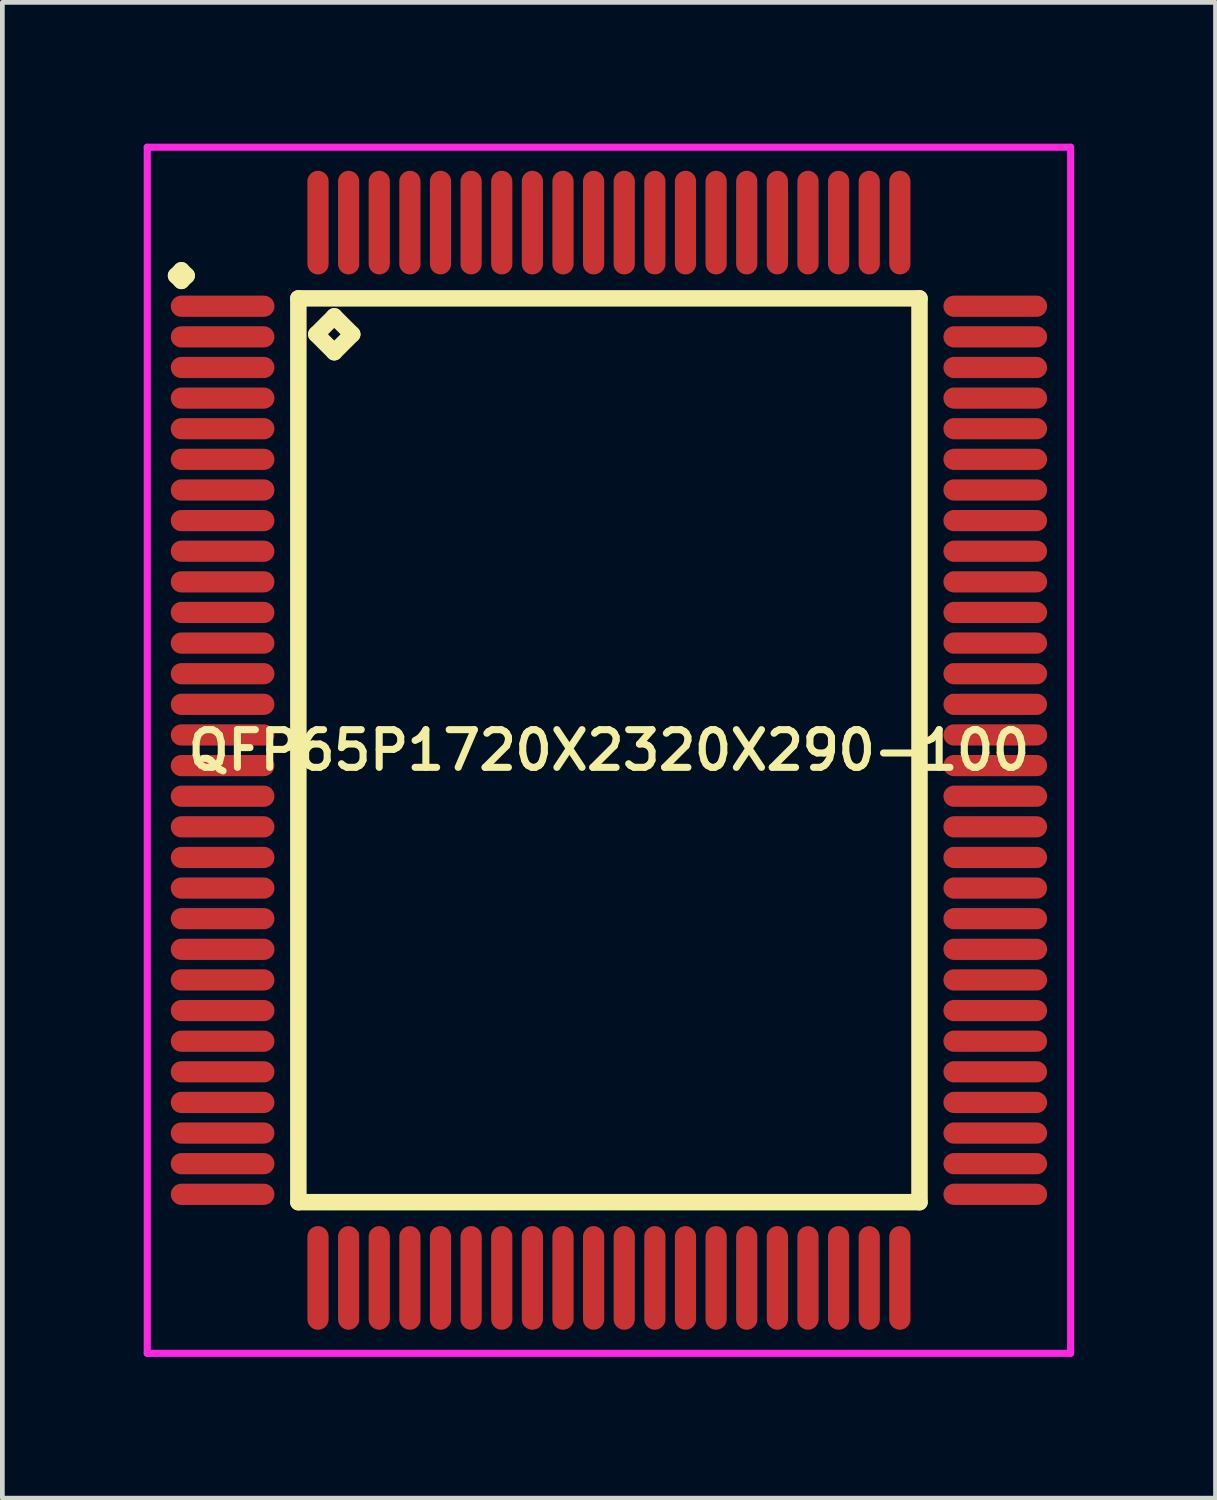
<source format=kicad_pcb>
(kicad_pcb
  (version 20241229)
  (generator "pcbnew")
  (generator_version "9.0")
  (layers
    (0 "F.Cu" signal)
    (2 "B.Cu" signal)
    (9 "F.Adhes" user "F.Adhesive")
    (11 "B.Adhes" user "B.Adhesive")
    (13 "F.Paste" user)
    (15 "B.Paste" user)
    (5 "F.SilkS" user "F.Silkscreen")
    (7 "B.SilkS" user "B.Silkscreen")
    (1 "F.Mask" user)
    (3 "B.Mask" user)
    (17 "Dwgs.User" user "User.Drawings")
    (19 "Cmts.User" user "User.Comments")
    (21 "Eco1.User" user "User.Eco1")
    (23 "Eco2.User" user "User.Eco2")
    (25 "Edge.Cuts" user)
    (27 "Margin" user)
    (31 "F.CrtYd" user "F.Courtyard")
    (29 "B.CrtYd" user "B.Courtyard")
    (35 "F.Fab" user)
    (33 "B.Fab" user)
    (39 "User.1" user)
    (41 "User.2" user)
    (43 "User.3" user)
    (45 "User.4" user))
  (footprint "QFP65P1720X2320X290-100"
    (layer "F.Cu")
    (at 9.875 12.875)
    (property "Reference" "QFP65P1720X2320X290-100" (at 0 0 0) (layer "F.SilkS") (effects (font (size 0.8 0.8) (thickness 0.15))))
    (attr smd)
    (fp_line (start -9.188 -10.075) (end -9.075 -10.188) (stroke (width 0.35) (type solid)) (layer "F.SilkS"))
    (fp_line (start -9.075 -10.188) (end -8.963 -10.075) (stroke (width 0.35) (type solid)) (layer "F.SilkS"))
    (fp_line (start -9.075 -9.963) (end -9.188 -10.075) (stroke (width 0.35) (type solid)) (layer "F.SilkS"))
    (fp_line (start -8.963 -10.075) (end -9.075 -9.963) (stroke (width 0.35) (type solid)) (layer "F.SilkS"))
    (fp_line (start -6.592 -9.592) (end -6.592 9.592) (stroke (width 0.35) (type solid)) (layer "F.SilkS"))
    (fp_line (start -6.592 9.592) (end 6.592 9.592) (stroke (width 0.35) (type solid)) (layer "F.SilkS"))
    (fp_line (start -6.211 -8.83) (end -5.83 -9.211) (stroke (width 0.35) (type solid)) (layer "F.SilkS"))
    (fp_line (start -5.83 -9.211) (end -5.449 -8.83) (stroke (width 0.35) (type solid)) (layer "F.SilkS"))
    (fp_line (start -5.83 -8.449) (end -6.211 -8.83) (stroke (width 0.35) (type solid)) (layer "F.SilkS"))
    (fp_line (start -5.449 -8.83) (end -5.83 -8.449) (stroke (width 0.35) (type solid)) (layer "F.SilkS"))
    (fp_line (start 6.592 -9.592) (end -6.592 -9.592) (stroke (width 0.35) (type solid)) (layer "F.SilkS"))
    (fp_line (start 6.592 9.592) (end 6.592 -9.592) (stroke (width 0.35) (type solid)) (layer "F.SilkS"))
    (fp_line (start -9.8 -12.8) (end 9.8 -12.8) (stroke (width 0.15) (type solid)) (layer "F.CrtYd"))
    (fp_line (start -9.8 12.8) (end -9.8 -12.8) (stroke (width 0.15) (type solid)) (layer "F.CrtYd"))
    (fp_line (start 9.8 -12.8) (end 9.8 12.8) (stroke (width 0.15) (type solid)) (layer "F.CrtYd"))
    (fp_line (start 9.8 12.8) (end -9.8 12.8) (stroke (width 0.15) (type solid)) (layer "F.CrtYd"))
    (pad "1" smd oval (at -8.2 -9.425) (size 2.2 0.45) (layers "F.Cu" "F.Mask" "F.Paste"))
    (pad "2" smd oval (at -8.2 -8.775) (size 2.2 0.45) (layers "F.Cu" "F.Mask" "F.Paste"))
    (pad "3" smd oval (at -8.2 -8.125) (size 2.2 0.45) (layers "F.Cu" "F.Mask" "F.Paste"))
    (pad "4" smd oval (at -8.2 -7.475) (size 2.2 0.45) (layers "F.Cu" "F.Mask" "F.Paste"))
    (pad "5" smd oval (at -8.2 -6.825) (size 2.2 0.45) (layers "F.Cu" "F.Mask" "F.Paste"))
    (pad "6" smd oval (at -8.2 -6.175) (size 2.2 0.45) (layers "F.Cu" "F.Mask" "F.Paste"))
    (pad "7" smd oval (at -8.2 -5.525) (size 2.2 0.45) (layers "F.Cu" "F.Mask" "F.Paste"))
    (pad "8" smd oval (at -8.2 -4.875) (size 2.2 0.45) (layers "F.Cu" "F.Mask" "F.Paste"))
    (pad "9" smd oval (at -8.2 -4.225) (size 2.2 0.45) (layers "F.Cu" "F.Mask" "F.Paste"))
    (pad "10" smd oval (at -8.2 -3.575) (size 2.2 0.45) (layers "F.Cu" "F.Mask" "F.Paste"))
    (pad "11" smd oval (at -8.2 -2.925) (size 2.2 0.45) (layers "F.Cu" "F.Mask" "F.Paste"))
    (pad "12" smd oval (at -8.2 -2.275) (size 2.2 0.45) (layers "F.Cu" "F.Mask" "F.Paste"))
    (pad "13" smd oval (at -8.2 -1.625) (size 2.2 0.45) (layers "F.Cu" "F.Mask" "F.Paste"))
    (pad "14" smd oval (at -8.2 -0.975) (size 2.2 0.45) (layers "F.Cu" "F.Mask" "F.Paste"))
    (pad "15" smd oval (at -8.2 -0.325) (size 2.2 0.45) (layers "F.Cu" "F.Mask" "F.Paste"))
    (pad "16" smd oval (at -8.2 0.325) (size 2.2 0.45) (layers "F.Cu" "F.Mask" "F.Paste"))
    (pad "17" smd oval (at -8.2 0.975) (size 2.2 0.45) (layers "F.Cu" "F.Mask" "F.Paste"))
    (pad "18" smd oval (at -8.2 1.625) (size 2.2 0.45) (layers "F.Cu" "F.Mask" "F.Paste"))
    (pad "19" smd oval (at -8.2 2.275) (size 2.2 0.45) (layers "F.Cu" "F.Mask" "F.Paste"))
    (pad "20" smd oval (at -8.2 2.925) (size 2.2 0.45) (layers "F.Cu" "F.Mask" "F.Paste"))
    (pad "21" smd oval (at -8.2 3.575) (size 2.2 0.45) (layers "F.Cu" "F.Mask" "F.Paste"))
    (pad "22" smd oval (at -8.2 4.225) (size 2.2 0.45) (layers "F.Cu" "F.Mask" "F.Paste"))
    (pad "23" smd oval (at -8.2 4.875) (size 2.2 0.45) (layers "F.Cu" "F.Mask" "F.Paste"))
    (pad "24" smd oval (at -8.2 5.525) (size 2.2 0.45) (layers "F.Cu" "F.Mask" "F.Paste"))
    (pad "25" smd oval (at -8.2 6.175) (size 2.2 0.45) (layers "F.Cu" "F.Mask" "F.Paste"))
    (pad "26" smd oval (at -8.2 6.825) (size 2.2 0.45) (layers "F.Cu" "F.Mask" "F.Paste"))
    (pad "27" smd oval (at -8.2 7.475) (size 2.2 0.45) (layers "F.Cu" "F.Mask" "F.Paste"))
    (pad "28" smd oval (at -8.2 8.125) (size 2.2 0.45) (layers "F.Cu" "F.Mask" "F.Paste"))
    (pad "29" smd oval (at -8.2 8.775) (size 2.2 0.45) (layers "F.Cu" "F.Mask" "F.Paste"))
    (pad "30" smd oval (at -8.2 9.425) (size 2.2 0.45) (layers "F.Cu" "F.Mask" "F.Paste"))
    (pad "31" smd oval (at -6.175 11.2) (size 0.45 2.2) (layers "F.Cu" "F.Mask" "F.Paste"))
    (pad "32" smd oval (at -5.525 11.2) (size 0.45 2.2) (layers "F.Cu" "F.Mask" "F.Paste"))
    (pad "33" smd oval (at -4.875 11.2) (size 0.45 2.2) (layers "F.Cu" "F.Mask" "F.Paste"))
    (pad "34" smd oval (at -4.225 11.2) (size 0.45 2.2) (layers "F.Cu" "F.Mask" "F.Paste"))
    (pad "35" smd oval (at -3.575 11.2) (size 0.45 2.2) (layers "F.Cu" "F.Mask" "F.Paste"))
    (pad "36" smd oval (at -2.925 11.2) (size 0.45 2.2) (layers "F.Cu" "F.Mask" "F.Paste"))
    (pad "37" smd oval (at -2.275 11.2) (size 0.45 2.2) (layers "F.Cu" "F.Mask" "F.Paste"))
    (pad "38" smd oval (at -1.625 11.2) (size 0.45 2.2) (layers "F.Cu" "F.Mask" "F.Paste"))
    (pad "39" smd oval (at -0.975 11.2) (size 0.45 2.2) (layers "F.Cu" "F.Mask" "F.Paste"))
    (pad "40" smd oval (at -0.325 11.2) (size 0.45 2.2) (layers "F.Cu" "F.Mask" "F.Paste"))
    (pad "41" smd oval (at 0.325 11.2) (size 0.45 2.2) (layers "F.Cu" "F.Mask" "F.Paste"))
    (pad "42" smd oval (at 0.975 11.2) (size 0.45 2.2) (layers "F.Cu" "F.Mask" "F.Paste"))
    (pad "43" smd oval (at 1.625 11.2) (size 0.45 2.2) (layers "F.Cu" "F.Mask" "F.Paste"))
    (pad "44" smd oval (at 2.275 11.2) (size 0.45 2.2) (layers "F.Cu" "F.Mask" "F.Paste"))
    (pad "45" smd oval (at 2.925 11.2) (size 0.45 2.2) (layers "F.Cu" "F.Mask" "F.Paste"))
    (pad "46" smd oval (at 3.575 11.2) (size 0.45 2.2) (layers "F.Cu" "F.Mask" "F.Paste"))
    (pad "47" smd oval (at 4.225 11.2) (size 0.45 2.2) (layers "F.Cu" "F.Mask" "F.Paste"))
    (pad "48" smd oval (at 4.875 11.2) (size 0.45 2.2) (layers "F.Cu" "F.Mask" "F.Paste"))
    (pad "49" smd oval (at 5.525 11.2) (size 0.45 2.2) (layers "F.Cu" "F.Mask" "F.Paste"))
    (pad "50" smd oval (at 6.175 11.2) (size 0.45 2.2) (layers "F.Cu" "F.Mask" "F.Paste"))
    (pad "51" smd oval (at 8.2 9.425) (size 2.2 0.45) (layers "F.Cu" "F.Mask" "F.Paste"))
    (pad "52" smd oval (at 8.2 8.775) (size 2.2 0.45) (layers "F.Cu" "F.Mask" "F.Paste"))
    (pad "53" smd oval (at 8.2 8.125) (size 2.2 0.45) (layers "F.Cu" "F.Mask" "F.Paste"))
    (pad "54" smd oval (at 8.2 7.475) (size 2.2 0.45) (layers "F.Cu" "F.Mask" "F.Paste"))
    (pad "55" smd oval (at 8.2 6.825) (size 2.2 0.45) (layers "F.Cu" "F.Mask" "F.Paste"))
    (pad "56" smd oval (at 8.2 6.175) (size 2.2 0.45) (layers "F.Cu" "F.Mask" "F.Paste"))
    (pad "57" smd oval (at 8.2 5.525) (size 2.2 0.45) (layers "F.Cu" "F.Mask" "F.Paste"))
    (pad "58" smd oval (at 8.2 4.875) (size 2.2 0.45) (layers "F.Cu" "F.Mask" "F.Paste"))
    (pad "59" smd oval (at 8.2 4.225) (size 2.2 0.45) (layers "F.Cu" "F.Mask" "F.Paste"))
    (pad "60" smd oval (at 8.2 3.575) (size 2.2 0.45) (layers "F.Cu" "F.Mask" "F.Paste"))
    (pad "61" smd oval (at 8.2 2.925) (size 2.2 0.45) (layers "F.Cu" "F.Mask" "F.Paste"))
    (pad "62" smd oval (at 8.2 2.275) (size 2.2 0.45) (layers "F.Cu" "F.Mask" "F.Paste"))
    (pad "63" smd oval (at 8.2 1.625) (size 2.2 0.45) (layers "F.Cu" "F.Mask" "F.Paste"))
    (pad "64" smd oval (at 8.2 0.975) (size 2.2 0.45) (layers "F.Cu" "F.Mask" "F.Paste"))
    (pad "65" smd oval (at 8.2 0.325) (size 2.2 0.45) (layers "F.Cu" "F.Mask" "F.Paste"))
    (pad "66" smd oval (at 8.2 -0.325) (size 2.2 0.45) (layers "F.Cu" "F.Mask" "F.Paste"))
    (pad "67" smd oval (at 8.2 -0.975) (size 2.2 0.45) (layers "F.Cu" "F.Mask" "F.Paste"))
    (pad "68" smd oval (at 8.2 -1.625) (size 2.2 0.45) (layers "F.Cu" "F.Mask" "F.Paste"))
    (pad "69" smd oval (at 8.2 -2.275) (size 2.2 0.45) (layers "F.Cu" "F.Mask" "F.Paste"))
    (pad "70" smd oval (at 8.2 -2.925) (size 2.2 0.45) (layers "F.Cu" "F.Mask" "F.Paste"))
    (pad "71" smd oval (at 8.2 -3.575) (size 2.2 0.45) (layers "F.Cu" "F.Mask" "F.Paste"))
    (pad "72" smd oval (at 8.2 -4.225) (size 2.2 0.45) (layers "F.Cu" "F.Mask" "F.Paste"))
    (pad "73" smd oval (at 8.2 -4.875) (size 2.2 0.45) (layers "F.Cu" "F.Mask" "F.Paste"))
    (pad "74" smd oval (at 8.2 -5.525) (size 2.2 0.45) (layers "F.Cu" "F.Mask" "F.Paste"))
    (pad "75" smd oval (at 8.2 -6.175) (size 2.2 0.45) (layers "F.Cu" "F.Mask" "F.Paste"))
    (pad "76" smd oval (at 8.2 -6.825) (size 2.2 0.45) (layers "F.Cu" "F.Mask" "F.Paste"))
    (pad "77" smd oval (at 8.2 -7.475) (size 2.2 0.45) (layers "F.Cu" "F.Mask" "F.Paste"))
    (pad "78" smd oval (at 8.2 -8.125) (size 2.2 0.45) (layers "F.Cu" "F.Mask" "F.Paste"))
    (pad "79" smd oval (at 8.2 -8.775) (size 2.2 0.45) (layers "F.Cu" "F.Mask" "F.Paste"))
    (pad "80" smd oval (at 8.2 -9.425) (size 2.2 0.45) (layers "F.Cu" "F.Mask" "F.Paste"))
    (pad "81" smd oval (at 6.175 -11.2) (size 0.45 2.2) (layers "F.Cu" "F.Mask" "F.Paste"))
    (pad "82" smd oval (at 5.525 -11.2) (size 0.45 2.2) (layers "F.Cu" "F.Mask" "F.Paste"))
    (pad "83" smd oval (at 4.875 -11.2) (size 0.45 2.2) (layers "F.Cu" "F.Mask" "F.Paste"))
    (pad "84" smd oval (at 4.225 -11.2) (size 0.45 2.2) (layers "F.Cu" "F.Mask" "F.Paste"))
    (pad "85" smd oval (at 3.575 -11.2) (size 0.45 2.2) (layers "F.Cu" "F.Mask" "F.Paste"))
    (pad "86" smd oval (at 2.925 -11.2) (size 0.45 2.2) (layers "F.Cu" "F.Mask" "F.Paste"))
    (pad "87" smd oval (at 2.275 -11.2) (size 0.45 2.2) (layers "F.Cu" "F.Mask" "F.Paste"))
    (pad "88" smd oval (at 1.625 -11.2) (size 0.45 2.2) (layers "F.Cu" "F.Mask" "F.Paste"))
    (pad "89" smd oval (at 0.975 -11.2) (size 0.45 2.2) (layers "F.Cu" "F.Mask" "F.Paste"))
    (pad "90" smd oval (at 0.325 -11.2) (size 0.45 2.2) (layers "F.Cu" "F.Mask" "F.Paste"))
    (pad "91" smd oval (at -0.325 -11.2) (size 0.45 2.2) (layers "F.Cu" "F.Mask" "F.Paste"))
    (pad "92" smd oval (at -0.975 -11.2) (size 0.45 2.2) (layers "F.Cu" "F.Mask" "F.Paste"))
    (pad "93" smd oval (at -1.625 -11.2) (size 0.45 2.2) (layers "F.Cu" "F.Mask" "F.Paste"))
    (pad "94" smd oval (at -2.275 -11.2) (size 0.45 2.2) (layers "F.Cu" "F.Mask" "F.Paste"))
    (pad "95" smd oval (at -2.925 -11.2) (size 0.45 2.2) (layers "F.Cu" "F.Mask" "F.Paste"))
    (pad "96" smd oval (at -3.575 -11.2) (size 0.45 2.2) (layers "F.Cu" "F.Mask" "F.Paste"))
    (pad "97" smd oval (at -4.225 -11.2) (size 0.45 2.2) (layers "F.Cu" "F.Mask" "F.Paste"))
    (pad "98" smd oval (at -4.875 -11.2) (size 0.45 2.2) (layers "F.Cu" "F.Mask" "F.Paste"))
    (pad "99" smd oval (at -5.525 -11.2) (size 0.45 2.2) (layers "F.Cu" "F.Mask" "F.Paste"))
    (pad "100" smd oval (at -6.175 -11.2) (size 0.45 2.2) (layers "F.Cu" "F.Mask" "F.Paste")))
  (gr_rect
    (start -3 -3)
    (end 22.75 28.75)
    (stroke (width 0.1) (type default))
    (fill no)
    (layer "Edge.Cuts")))
</source>
